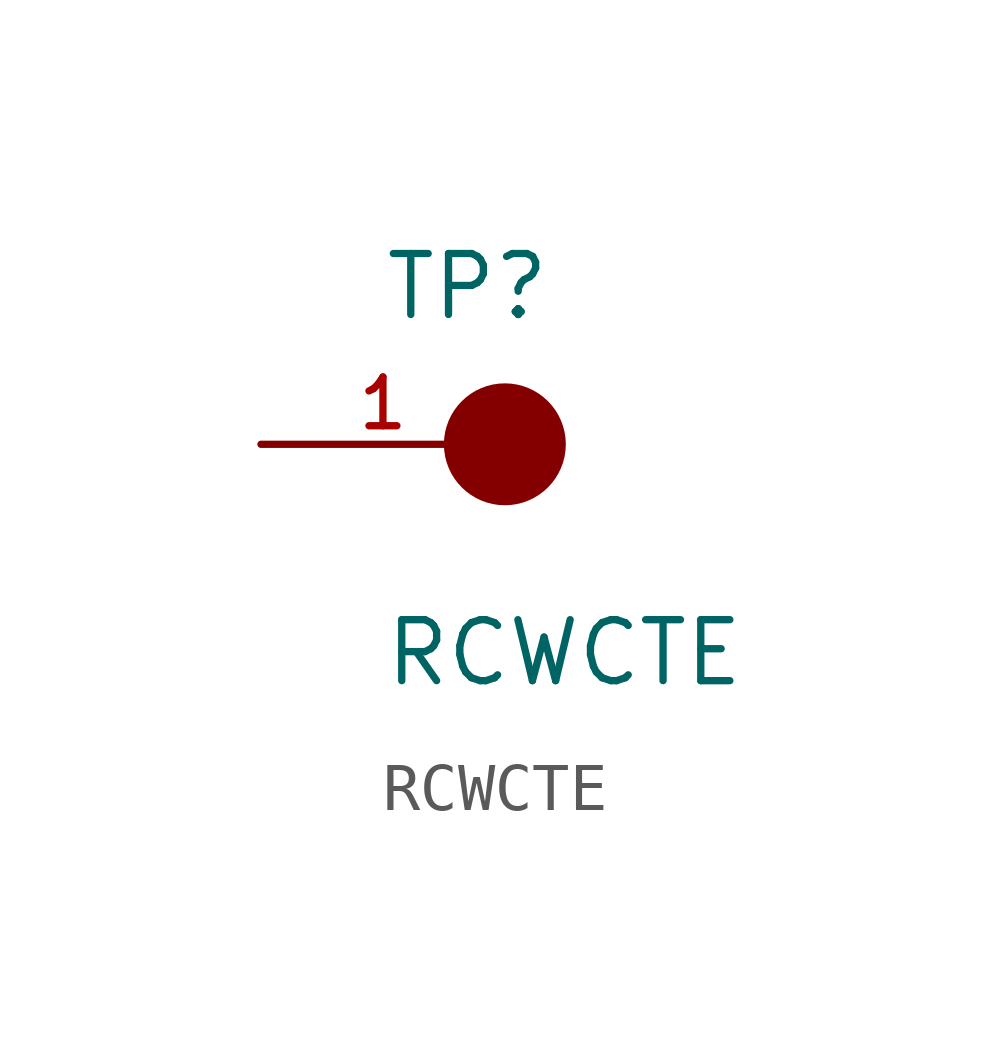
<source format=kicad_sym>
(kicad_symbol_lib
  (version 20211014)
  (generator kicad_symbol_editor)
  (symbol "RCWCTE"
    (pin_names
      (offset 1.016))
    (property "Reference" "TP"
      (at -2.544 2.541 0)
      (effects (font (size 1.27 1.27)) (justify bottom left)))
    (property "Value" "RCWCTE"
      (at -2.55 -5.087 0)
      (effects (font (size 1.27 1.27)) (justify bottom left)))
    (symbol "RCWCTE_0_0"
      (circle (center 0.0 0.0) (radius 0.635) (stroke (width 1.27)) (fill (type none)))
      (pin passive line (at -5.08 0.0 0) (length 5.08) (name "~" (effects (font (size 1.016 1.016)))) (number "1" (effects (font (size 1.016 1.016))))))))
</source>
